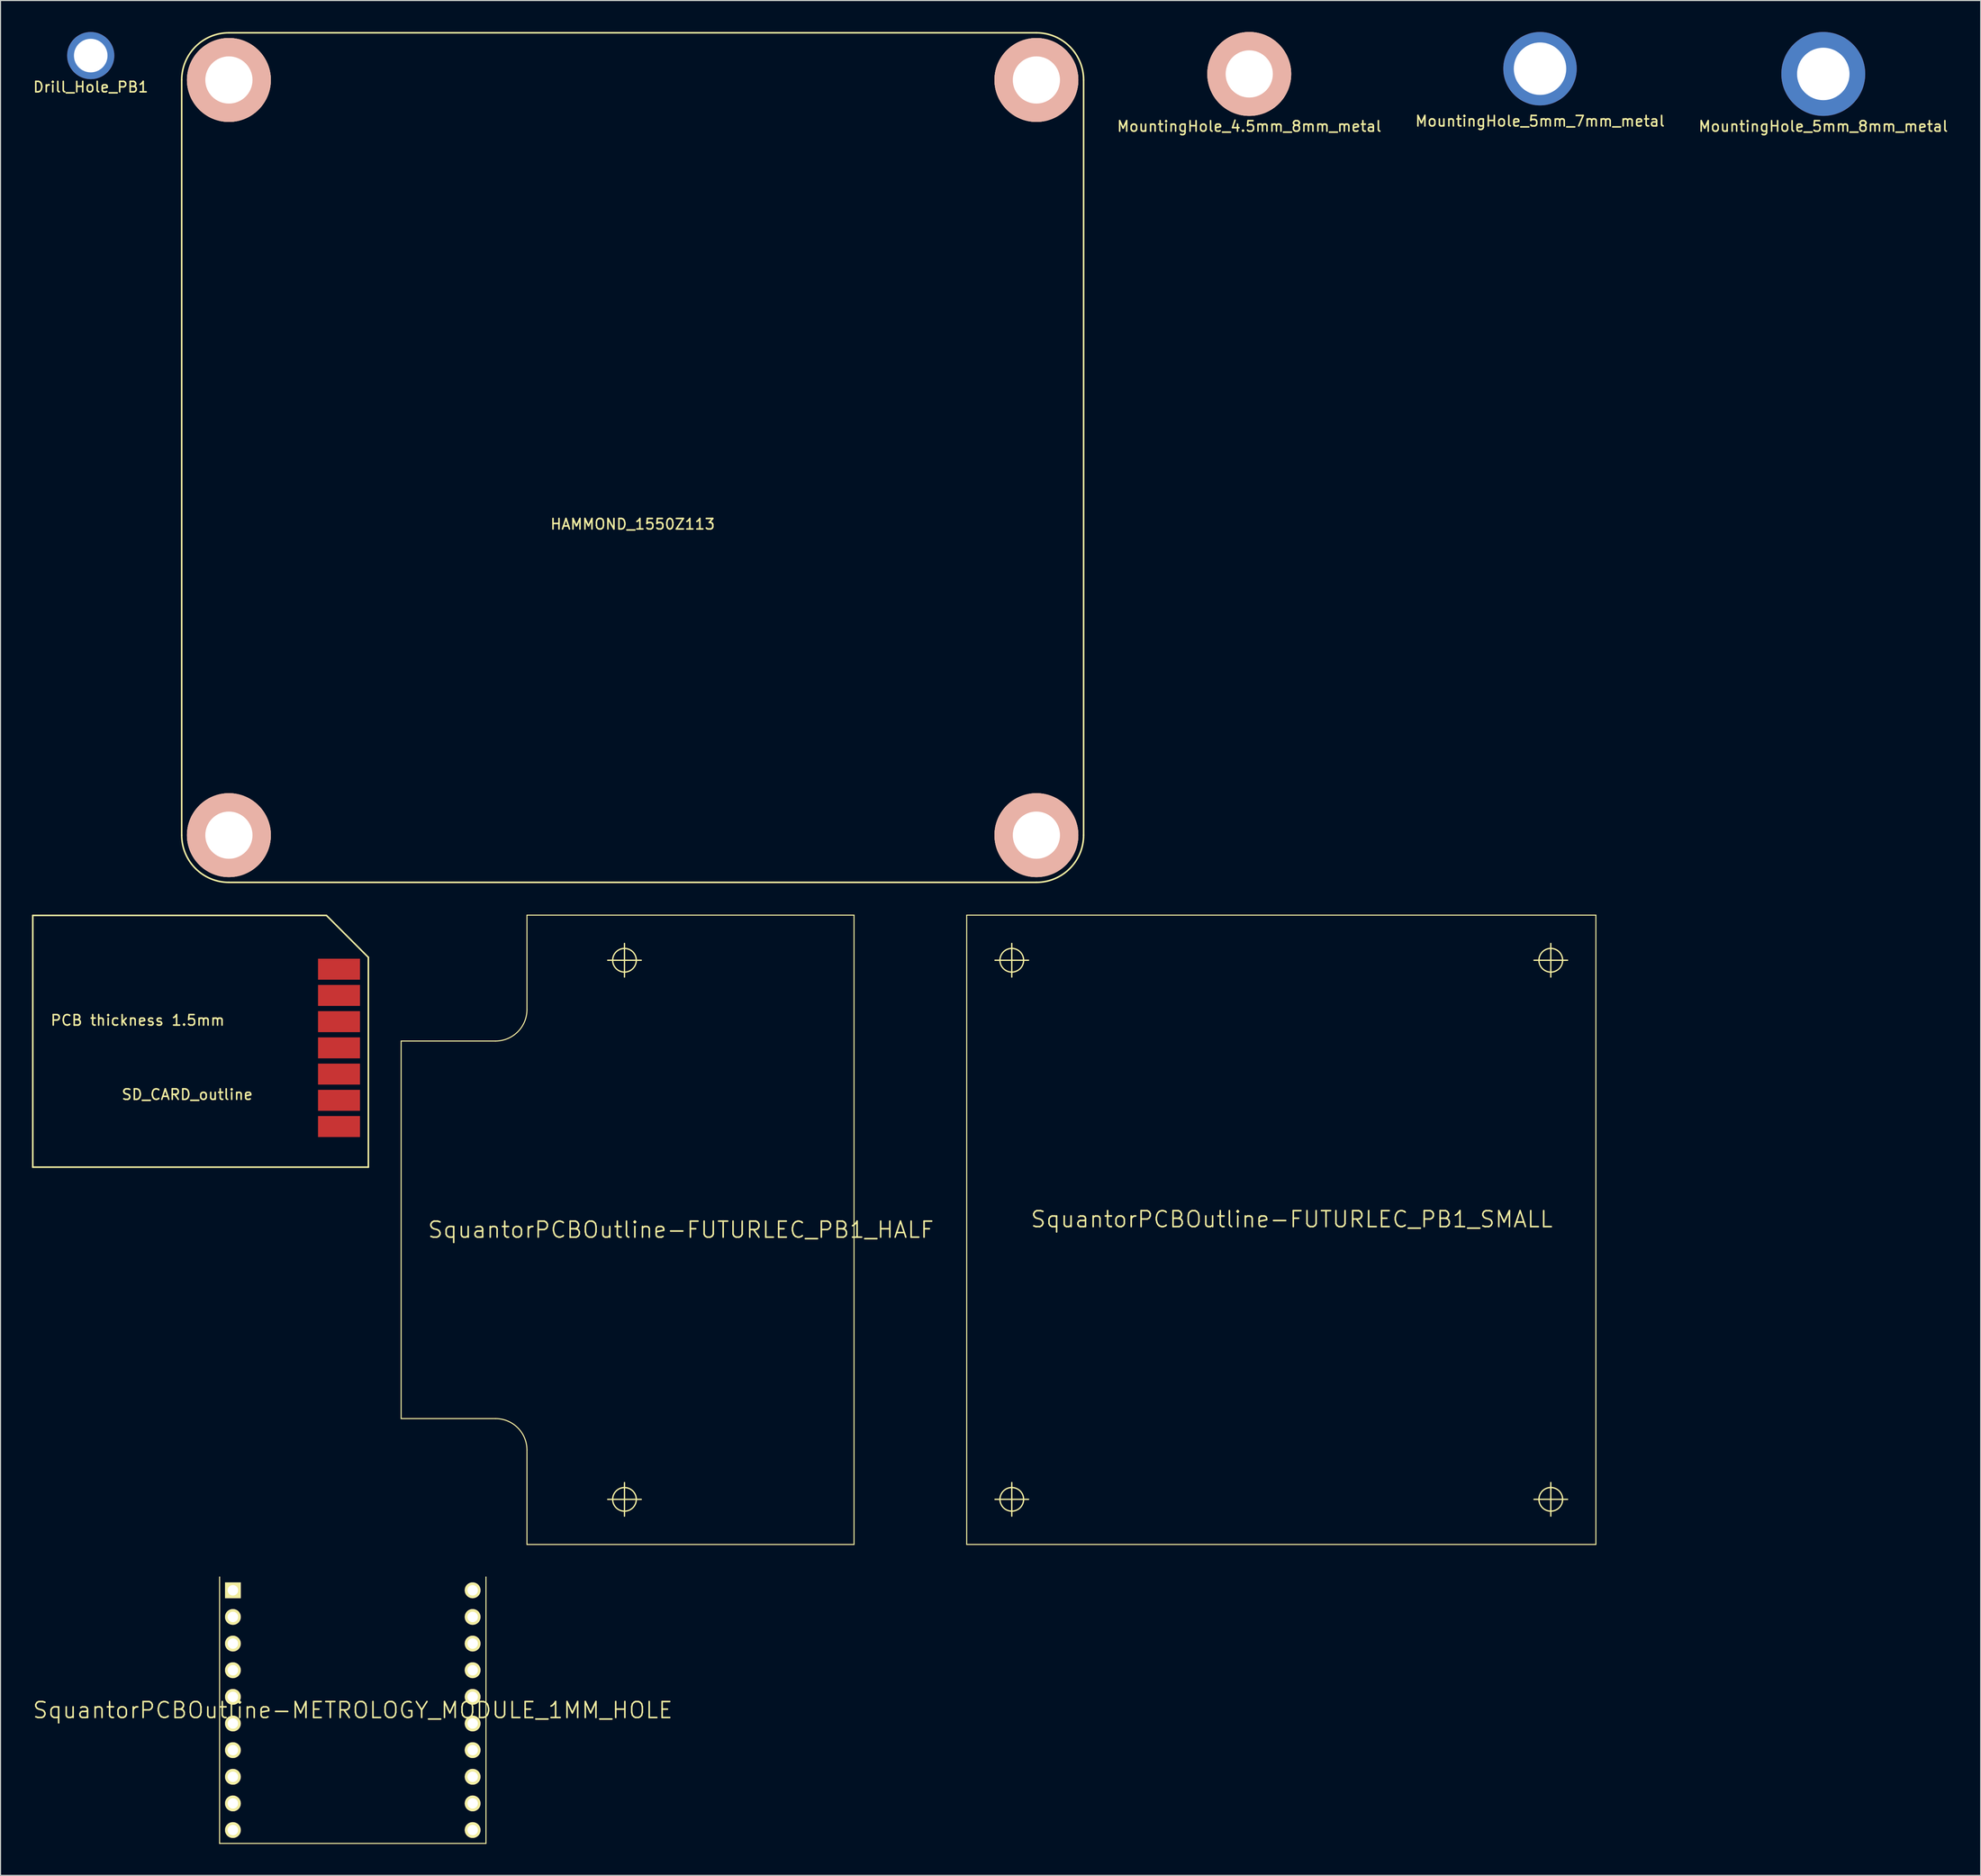
<source format=kicad_pcb>
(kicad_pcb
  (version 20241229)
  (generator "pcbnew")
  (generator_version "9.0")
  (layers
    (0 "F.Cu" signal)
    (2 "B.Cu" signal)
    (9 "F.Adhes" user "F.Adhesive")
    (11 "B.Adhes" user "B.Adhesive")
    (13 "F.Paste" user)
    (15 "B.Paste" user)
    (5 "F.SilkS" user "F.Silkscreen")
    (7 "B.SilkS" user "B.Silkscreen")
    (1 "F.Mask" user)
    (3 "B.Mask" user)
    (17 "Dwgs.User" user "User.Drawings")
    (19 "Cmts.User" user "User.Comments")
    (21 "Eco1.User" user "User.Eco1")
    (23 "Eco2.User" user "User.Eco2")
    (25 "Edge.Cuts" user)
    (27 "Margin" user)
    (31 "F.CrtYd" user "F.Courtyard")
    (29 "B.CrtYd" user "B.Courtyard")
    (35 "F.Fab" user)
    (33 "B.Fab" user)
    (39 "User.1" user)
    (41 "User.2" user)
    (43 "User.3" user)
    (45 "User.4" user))
  (footprint "MountingHole_5mm_7mm_metal"
    (layer "F.Cu")
    (at 143.799 3.5)
    (property "Reference" "MountingHole_5mm_7mm_metal" (at 0 5 0) (layer "F.SilkS") (effects (font (size 1 1) (thickness 0.15))))
    (attr through_hole)
    (pad "S" thru_hole circle (at 0 0) (size 7 7) (drill 5) (layers "*.Cu" "*.Mask")))
  (footprint "SD_CARD_outline"
    (layer "F.Cu")
    (at 16.075 96.225)
    (property "Reference" "SD_CARD_outline" (at -1.27 5.08 0) (layer "F.SilkS") (effects (font (size 1 1) (thickness 0.15))))
    (attr through_hole)
    (fp_line (start -16 -12) (end -16 12) (stroke (width 0.15) (type solid)) (layer "F.SilkS"))
    (fp_line (start -16 12) (end 16 12) (stroke (width 0.15) (type solid)) (layer "F.SilkS"))
    (fp_line (start 12 -12) (end -16 -12) (stroke (width 0.15) (type solid)) (layer "F.SilkS"))
    (fp_line (start 16 -8) (end 12 -12) (stroke (width 0.15) (type solid)) (layer "F.SilkS"))
    (fp_line (start 16 12) (end 16 -8) (stroke (width 0.15) (type solid)) (layer "F.SilkS"))
    (fp_text user "PCB thickness 1.5mm" (at -6 -2 0) (layer "F.SilkS") (effects (font (size 1 1) (thickness 0.15))))
    (pad "1" smd rect (at 13.2 -6.87 90) (size 2 4) (layers "F.Cu" "F.Mask" "F.Paste"))
    (pad "2" smd rect (at 13.2 -4.37 90) (size 2 4) (layers "F.Cu" "F.Mask" "F.Paste"))
    (pad "3" smd rect (at 13.2 -1.87 90) (size 2 4) (layers "F.Cu" "F.Mask" "F.Paste"))
    (pad "4" smd rect (at 13.2 0.63 90) (size 2 4) (layers "F.Cu" "F.Mask" "F.Paste"))
    (pad "5" smd rect (at 13.2 3.13 90) (size 2 4) (layers "F.Cu" "F.Mask" "F.Paste"))
    (pad "6" smd rect (at 13.2 5.63 90) (size 2 4) (layers "F.Cu" "F.Mask" "F.Paste"))
    (pad "7" smd rect (at 13.2 8.13 90) (size 2 4) (layers "F.Cu" "F.Mask" "F.Paste")))
  (footprint "SquantorPCBOutline-FUTURLEC_PB1_HALF"
    (layer "F.Cu")
    (at 61.878 114.2)
    (property "Reference" "SquantorPCBOutline-FUTURLEC_PB1_HALF" (at 0 0 0) (layer "F.SilkS") (effects (font (size 1.524 1.524) (thickness 0.15))))
    (attr exclude_from_pos_files exclude_from_bom)
    (fp_line (start -26.678 17.998) (end -26.678 -17.998) (stroke (width 0.1) (type solid)) (layer "F.SilkS"))
    (fp_line (start -26.678 17.998) (end -17.678 17.998) (stroke (width 0.1) (type solid)) (layer "F.SilkS"))
    (fp_line (start -17.678 -17.998) (end -26.678 -17.998) (stroke (width 0.1) (type solid)) (layer "F.SilkS"))
    (fp_line (start -14.679 -30) (end -14.679 -20.998) (stroke (width 0.1) (type solid)) (layer "F.SilkS"))
    (fp_line (start -14.679 -30) (end 16.51 -30) (stroke (width 0.1) (type solid)) (layer "F.SilkS"))
    (fp_line (start -14.679 20.998) (end -14.679 30) (stroke (width 0.1) (type solid)) (layer "F.SilkS"))
    (fp_line (start -6.98 -25.7) (end -3.78 -25.7) (stroke (width 0.127) (type solid)) (layer "F.SilkS"))
    (fp_line (start -6.98 25.7) (end -3.78 25.7) (stroke (width 0.127) (type solid)) (layer "F.SilkS"))
    (fp_line (start -5.38 -24.1) (end -5.38 -27.3) (stroke (width 0.127) (type solid)) (layer "F.SilkS"))
    (fp_line (start -5.38 27.3) (end -5.38 24.1) (stroke (width 0.127) (type solid)) (layer "F.SilkS"))
    (fp_line (start 16.51 -30) (end 16.51 30) (stroke (width 0.1) (type solid)) (layer "F.SilkS"))
    (fp_line (start 16.51 30) (end -14.679 30) (stroke (width 0.1) (type solid)) (layer "F.SilkS"))
    (fp_arc (start -17.6784 17.99844) (mid -15.557264 18.877044) (end -14.67866 20.99818) (stroke (width 0.1) (type solid)) (layer "F.SilkS"))
    (fp_arc (start -14.67866 -20.99818) (mid -15.557264 -18.877044) (end -17.6784 -17.99844) (stroke (width 0.1) (type solid)) (layer "F.SilkS"))
    (fp_circle (center -5.38 -25.7) (end -6.177 -26.497) (stroke (width 0.127) (type solid)) (fill no) (layer "F.SilkS"))
    (fp_circle (center -5.38 25.7) (end -6.177 26.497) (stroke (width 0.127) (type solid)) (fill no) (layer "F.SilkS")))
  (footprint "SquantorPCBOutline-METROLOGY_MODULE_1MM_HOLE"
    (layer "F.Cu")
    (at 30.589 160)
    (property "Reference" "SquantorPCBOutline-METROLOGY_MODULE_1MM_HOLE" (at 0 0 0) (layer "F.SilkS") (effects (font (size 1.524 1.524) (thickness 0.15))))
    (attr exclude_from_pos_files exclude_from_bom)
    (fp_line (start -12.7 -12.7) (end -12.7 12.7) (stroke (width 0.1) (type solid)) (layer "F.SilkS"))
    (fp_line (start -12.7 12.7) (end 12.7 12.7) (stroke (width 0.1) (type solid)) (layer "F.SilkS"))
    (fp_line (start 12.7 12.7) (end 12.7 -12.7) (stroke (width 0.1) (type solid)) (layer "F.SilkS"))
    (pad "P$1" thru_hole rect (at -11.43 -11.43) (size 1.506 1.506) (drill 0.998) (layers "*.Cu" "F.Mask" "F.SilkS" "F.Paste"))
    (pad "P$2" thru_hole circle (at -11.43 -8.89) (size 1.506 1.506) (drill 0.998) (layers "*.Cu" "F.Mask" "F.SilkS" "F.Paste"))
    (pad "P$3" thru_hole circle (at -11.43 -6.35) (size 1.506 1.506) (drill 0.998) (layers "*.Cu" "F.Mask" "F.SilkS" "F.Paste"))
    (pad "P$4" thru_hole circle (at -11.43 -3.81) (size 1.506 1.506) (drill 0.998) (layers "*.Cu" "F.Mask" "F.SilkS" "F.Paste"))
    (pad "P$5" thru_hole circle (at -11.43 -1.27) (size 1.506 1.506) (drill 0.998) (layers "*.Cu" "F.Mask" "F.SilkS" "F.Paste"))
    (pad "P$6" thru_hole circle (at -11.43 1.27) (size 1.506 1.506) (drill 0.998) (layers "*.Cu" "F.Mask" "F.SilkS" "F.Paste"))
    (pad "P$7" thru_hole circle (at -11.43 3.81) (size 1.506 1.506) (drill 0.998) (layers "*.Cu" "F.Mask" "F.SilkS" "F.Paste"))
    (pad "P$8" thru_hole circle (at -11.43 6.35) (size 1.506 1.506) (drill 0.998) (layers "*.Cu" "F.Mask" "F.SilkS" "F.Paste"))
    (pad "P$9" thru_hole circle (at -11.43 8.89) (size 1.506 1.506) (drill 0.998) (layers "*.Cu" "F.Mask" "F.SilkS" "F.Paste"))
    (pad "P$10" thru_hole circle (at -11.43 11.43) (size 1.506 1.506) (drill 0.998) (layers "*.Cu" "F.Mask" "F.SilkS" "F.Paste"))
    (pad "P$11" thru_hole circle (at 11.43 11.43) (size 1.506 1.506) (drill 0.998) (layers "*.Cu" "F.Mask" "F.SilkS" "F.Paste"))
    (pad "P$12" thru_hole circle (at 11.43 8.89) (size 1.506 1.506) (drill 0.998) (layers "*.Cu" "F.Mask" "F.SilkS" "F.Paste"))
    (pad "P$13" thru_hole circle (at 11.43 6.35) (size 1.506 1.506) (drill 0.998) (layers "*.Cu" "F.Mask" "F.SilkS" "F.Paste"))
    (pad "P$14" thru_hole circle (at 11.43 3.81) (size 1.506 1.506) (drill 0.998) (layers "*.Cu" "F.Mask" "F.SilkS" "F.Paste"))
    (pad "P$15" thru_hole circle (at 11.43 1.27) (size 1.506 1.506) (drill 0.998) (layers "*.Cu" "F.Mask" "F.SilkS" "F.Paste"))
    (pad "P$16" thru_hole circle (at 11.43 -1.27) (size 1.506 1.506) (drill 0.998) (layers "*.Cu" "F.Mask" "F.SilkS" "F.Paste"))
    (pad "P$17" thru_hole circle (at 11.43 -3.81) (size 1.506 1.506) (drill 0.998) (layers "*.Cu" "F.Mask" "F.SilkS" "F.Paste"))
    (pad "P$18" thru_hole circle (at 11.43 -6.35) (size 1.506 1.506) (drill 0.998) (layers "*.Cu" "F.Mask" "F.SilkS" "F.Paste"))
    (pad "P$19" thru_hole circle (at 11.43 -8.89) (size 1.506 1.506) (drill 0.998) (layers "*.Cu" "F.Mask" "F.SilkS" "F.Paste"))
    (pad "P$20" thru_hole circle (at 11.43 -11.43) (size 1.506 1.506) (drill 0.998) (layers "*.Cu" "F.Mask" "F.SilkS" "F.Paste")))
  (footprint "Drill_Hole_PB1"
    (layer "F.Cu")
    (at 5.601 2.25)
    (property "Reference" "Drill_Hole_PB1" (at 0 3 0) (layer "F.SilkS") (effects (font (size 1 1) (thickness 0.15))))
    (attr through_hole)
    (pad "S" thru_hole circle (at 0 0) (size 4.5 4.5) (drill 3.2) (layers "*.Cu" "*.Mask")))
  (footprint "SquantorPCBOutline-FUTURLEC_PB1_SMALL"
    (layer "F.Cu")
    (at 120.128 113.199)
    (property "Reference" "SquantorPCBOutline-FUTURLEC_PB1_SMALL" (at 0 0 0) (layer "F.SilkS") (effects (font (size 1.524 1.524) (thickness 0.15))))
    (attr exclude_from_pos_files exclude_from_bom)
    (fp_line (start -30.998 -28.999) (end -30.998 30.998) (stroke (width 0.1) (type solid)) (layer "F.SilkS"))
    (fp_line (start -30.998 -28.999) (end 28.999 -28.999) (stroke (width 0.1) (type solid)) (layer "F.SilkS"))
    (fp_line (start -28.298 -24.699) (end -25.098 -24.699) (stroke (width 0.127) (type solid)) (layer "F.SilkS"))
    (fp_line (start -28.298 26.698) (end -25.098 26.698) (stroke (width 0.127) (type solid)) (layer "F.SilkS"))
    (fp_line (start -26.698 -23.099) (end -26.698 -26.299) (stroke (width 0.127) (type solid)) (layer "F.SilkS"))
    (fp_line (start -26.698 28.298) (end -26.698 25.098) (stroke (width 0.127) (type solid)) (layer "F.SilkS"))
    (fp_line (start 23.099 -24.699) (end 26.299 -24.699) (stroke (width 0.127) (type solid)) (layer "F.SilkS"))
    (fp_line (start 23.099 26.698) (end 26.299 26.698) (stroke (width 0.127) (type solid)) (layer "F.SilkS"))
    (fp_line (start 24.699 -23.099) (end 24.699 -26.299) (stroke (width 0.127) (type solid)) (layer "F.SilkS"))
    (fp_line (start 24.699 28.298) (end 24.699 25.098) (stroke (width 0.127) (type solid)) (layer "F.SilkS"))
    (fp_line (start 28.999 30.998) (end -30.998 30.998) (stroke (width 0.1) (type solid)) (layer "F.SilkS"))
    (fp_line (start 28.999 30.998) (end 28.999 -28.999) (stroke (width 0.1) (type solid)) (layer "F.SilkS"))
    (fp_circle (center -26.698 -24.699) (end -27.495 -25.497) (stroke (width 0.127) (type solid)) (fill no) (layer "F.SilkS"))
    (fp_circle (center -26.698 26.698) (end -27.495 27.495) (stroke (width 0.127) (type solid)) (fill no) (layer "F.SilkS"))
    (fp_circle (center 24.699 -24.699) (end 25.497 -25.497) (stroke (width 0.127) (type solid)) (fill no) (layer "F.SilkS"))
    (fp_circle (center 24.699 26.698) (end 25.497 27.495) (stroke (width 0.127) (type solid)) (fill no) (layer "F.SilkS")))
  (footprint "MountingHole_5mm_8mm_metal"
    (layer "F.Cu")
    (at 170.811 4)
    (property "Reference" "MountingHole_5mm_8mm_metal" (at 0 5 0) (layer "F.SilkS") (effects (font (size 1 1) (thickness 0.15))))
    (attr through_hole)
    (pad "S" thru_hole circle (at 0 0) (size 8 8) (drill 5) (layers "*.Cu" "*.Mask")))
  (footprint "MountingHole_4.5mm_8mm_metal"
    (layer "F.Cu")
    (at 116.073 4)
    (property "Reference" "MountingHole_4.5mm_8mm_metal" (at 0 5 0) (layer "F.SilkS") (effects (font (size 1 1) (thickness 0.15))))
    (attr through_hole)
    (pad "1" thru_hole circle (at 0 0) (size 8 8) (drill 4.5) (layers "*.Cu" "*.SilkS")))
  (footprint "HAMMOND_1550Z113"
    (layer "F.Cu")
    (at 57.277 40.575)
    (property "Reference" "HAMMOND_1550Z113" (at 0 6.35 0) (layer "F.SilkS") (effects (font (size 1 1) (thickness 0.15))))
    (attr through_hole)
    (fp_line (start -43 36) (end -43 -36) (stroke (width 0.15) (type solid)) (layer "F.SilkS"))
    (fp_line (start -38.5 -40.5) (end 38.5 -40.5) (stroke (width 0.15) (type solid)) (layer "F.SilkS"))
    (fp_line (start 38.5 40.5) (end -38.5 40.5) (stroke (width 0.15) (type solid)) (layer "F.SilkS"))
    (fp_line (start 43 -36) (end 43 36) (stroke (width 0.15) (type solid)) (layer "F.SilkS"))
    (fp_arc (start -43 -36) (mid -41.681981 -39.181981) (end -38.5 -40.5) (stroke (width 0.15) (type solid)) (layer "F.SilkS"))
    (fp_arc (start -38.5 40.5) (mid -41.681981 39.181981) (end -43 36) (stroke (width 0.15) (type solid)) (layer "F.SilkS"))
    (fp_arc (start 38.5 -40.5) (mid 41.681981 -39.181981) (end 43 -36) (stroke (width 0.15) (type solid)) (layer "F.SilkS"))
    (fp_arc (start 43 36) (mid 41.681981 39.181981) (end 38.5 40.5) (stroke (width 0.15) (type solid)) (layer "F.SilkS"))
    (pad "case" thru_hole circle (at -38.5 -36) (size 8 8) (drill 4.5) (layers "*.Cu" "*.SilkS"))
    (pad "case" thru_hole circle (at -38.5 36) (size 8 8) (drill 4.5) (layers "*.Cu" "*.SilkS"))
    (pad "case" thru_hole circle (at 38.5 -36) (size 8 8) (drill 4.5) (layers "*.Cu" "*.SilkS"))
    (pad "case" thru_hole circle (at 38.5 36) (size 8 8) (drill 4.5) (layers "*.Cu" "*.SilkS")))
  (gr_rect
    (start -3 -3)
    (end 185.817 175.75)
    (stroke (width 0.1) (type default))
    (fill no)
    (layer "Edge.Cuts")))
</source>
